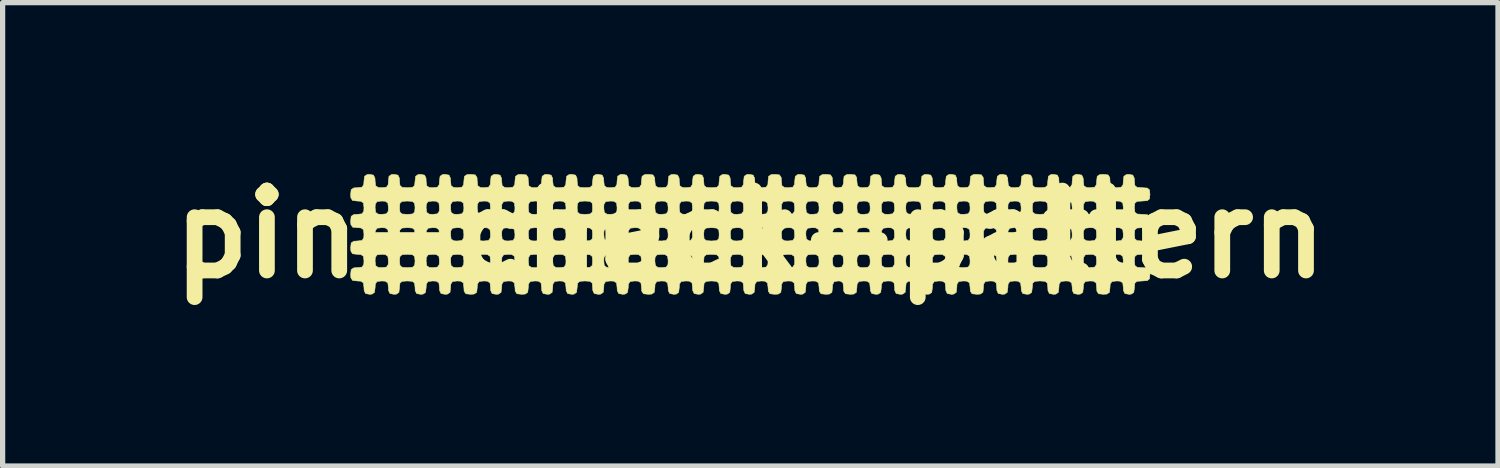
<source format=kicad_pcb>
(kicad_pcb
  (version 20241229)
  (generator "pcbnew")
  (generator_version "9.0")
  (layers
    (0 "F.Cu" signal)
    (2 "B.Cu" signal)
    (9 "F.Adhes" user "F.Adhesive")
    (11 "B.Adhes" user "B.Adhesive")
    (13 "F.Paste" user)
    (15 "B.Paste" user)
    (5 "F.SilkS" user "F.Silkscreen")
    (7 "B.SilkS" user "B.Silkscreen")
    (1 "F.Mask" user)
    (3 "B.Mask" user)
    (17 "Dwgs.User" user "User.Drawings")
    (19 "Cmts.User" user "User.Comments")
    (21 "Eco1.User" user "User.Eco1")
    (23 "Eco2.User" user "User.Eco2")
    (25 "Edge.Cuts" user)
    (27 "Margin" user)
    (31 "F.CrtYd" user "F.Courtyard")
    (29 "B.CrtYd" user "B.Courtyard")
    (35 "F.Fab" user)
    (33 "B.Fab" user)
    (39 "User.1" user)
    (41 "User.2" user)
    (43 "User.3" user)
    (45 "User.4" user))
  (footprint "pin-check-pattern"
    (layer "F.Cu")
    (at 11.256 1.418)
    (property "Reference" "pin-check-pattern" (at 0 0 0) (layer "F.SilkS") (effects (font (size 1.524 1.524) (thickness 0.3))))
    (attr through_hole)
    (fp_poly (pts (xy 7.293 -1.129) (xy 7.321 -1.071) (xy 7.324 -1.016) (xy 7.332 -0.931) (xy 7.374 -0.896) (xy 7.472 -0.889) (xy 7.571 -0.882) (xy 7.612 -0.846) (xy 7.62 -0.762) (xy 7.612 -0.677) (xy 7.57 -0.642) (xy 7.472 -0.635) (xy 7.372 -0.628) (xy 7.331 -0.592) (xy 7.324 -0.508) (xy 7.332 -0.423) (xy 7.374 -0.388) (xy 7.472 -0.381) (xy 7.571 -0.374) (xy 7.612 -0.338) (xy 7.62 -0.254) (xy 7.612 -0.169) (xy 7.57 -0.134) (xy 7.472 -0.127) (xy 7.372 -0.12) (xy 7.331 -0.084) (xy 7.324 0) (xy 7.332 0.085) (xy 7.374 0.12) (xy 7.472 0.127) (xy 7.571 0.134) (xy 7.612 0.17) (xy 7.62 0.254) (xy 7.612 0.339) (xy 7.57 0.374) (xy 7.472 0.381) (xy 7.372 0.388) (xy 7.331 0.424) (xy 7.324 0.508) (xy 7.332 0.593) (xy 7.374 0.628) (xy 7.472 0.635) (xy 7.571 0.642) (xy 7.612 0.678) (xy 7.62 0.762) (xy 7.612 0.847) (xy 7.57 0.882) (xy 7.472 0.889) (xy 7.372 0.896) (xy 7.331 0.932) (xy 7.324 1.016) (xy 7.312 1.107) (xy 7.264 1.14) (xy 7.218 1.143) (xy 7.142 1.129) (xy 7.115 1.071) (xy 7.112 1.016) (xy 7.102 0.926) (xy 7.052 0.893) (xy 6.985 0.889) (xy 6.895 0.899) (xy 6.862 0.949) (xy 6.858 1.016) (xy 6.848 1.106) (xy 6.798 1.139) (xy 6.731 1.143) (xy 6.641 1.133) (xy 6.608 1.083) (xy 6.604 1.016) (xy 6.594 0.926) (xy 6.544 0.893) (xy 6.477 0.889) (xy 6.387 0.899) (xy 6.354 0.949) (xy 6.35 1.016) (xy 6.339 1.107) (xy 6.29 1.14) (xy 6.244 1.143) (xy 6.169 1.129) (xy 6.141 1.071) (xy 6.138 1.016) (xy 6.128 0.926) (xy 6.078 0.893) (xy 6.011 0.889) (xy 5.921 0.899) (xy 5.888 0.949) (xy 5.884 1.016) (xy 5.873 1.107) (xy 5.825 1.14) (xy 5.779 1.143) (xy 5.703 1.129) (xy 5.675 1.071) (xy 5.673 1.016) (xy 5.664 0.931) (xy 5.623 0.896) (xy 5.524 0.889) (xy 5.425 0.896) (xy 5.384 0.932) (xy 5.376 1.016) (xy 5.365 1.107) (xy 5.317 1.14) (xy 5.271 1.143) (xy 5.195 1.129) (xy 5.167 1.071) (xy 5.165 1.016) (xy 5.154 0.926) (xy 5.105 0.893) (xy 5.038 0.889) (xy 4.948 0.899) (xy 4.915 0.949) (xy 4.911 1.016) (xy 4.899 1.107) (xy 4.851 1.14) (xy 4.805 1.143) (xy 4.729 1.129) (xy 4.702 1.071) (xy 4.699 1.016) (xy 4.689 0.926) (xy 4.639 0.893) (xy 4.572 0.889) (xy 4.482 0.899) (xy 4.449 0.949) (xy 4.445 1.016) (xy 4.435 1.106) (xy 4.385 1.139) (xy 4.318 1.143) (xy 4.228 1.133) (xy 4.195 1.083) (xy 4.191 1.016) (xy 4.181 0.926) (xy 4.131 0.893) (xy 4.064 0.889) (xy 3.974 0.899) (xy 3.941 0.949) (xy 3.937 1.016) (xy 3.926 1.107) (xy 3.877 1.14) (xy 3.831 1.143) (xy 3.756 1.129) (xy 3.728 1.071) (xy 3.725 1.016) (xy 3.715 0.926) (xy 3.665 0.893) (xy 3.598 0.889) (xy 3.508 0.899) (xy 3.475 0.949) (xy 3.471 1.016) (xy 3.46 1.107) (xy 3.412 1.14) (xy 3.365 1.143) (xy 3.29 1.129) (xy 3.262 1.071) (xy 3.26 1.016) (xy 3.251 0.931) (xy 3.21 0.896) (xy 3.111 0.889) (xy 3.012 0.896) (xy 2.971 0.932) (xy 2.963 1.016) (xy 2.952 1.107) (xy 2.904 1.14) (xy 2.857 1.143) (xy 2.782 1.129) (xy 2.754 1.071) (xy 2.752 1.016) (xy 2.741 0.926) (xy 2.692 0.893) (xy 2.625 0.889) (xy 2.535 0.899) (xy 2.502 0.949) (xy 2.498 1.016) (xy 2.486 1.107) (xy 2.438 1.14) (xy 2.392 1.143) (xy 2.316 1.129) (xy 2.289 1.071) (xy 2.286 1.016) (xy 2.276 0.926) (xy 2.226 0.893) (xy 2.159 0.889) (xy 2.069 0.899) (xy 2.036 0.949) (xy 2.032 1.016) (xy 2.022 1.106) (xy 1.972 1.139) (xy 1.905 1.143) (xy 1.815 1.133) (xy 1.782 1.083) (xy 1.778 1.016) (xy 1.767 0.925) (xy 1.718 0.892) (xy 1.672 0.889) (xy 1.597 0.903) (xy 1.569 0.961) (xy 1.566 1.016) (xy 1.556 1.106) (xy 1.506 1.139) (xy 1.439 1.143) (xy 1.349 1.133) (xy 1.316 1.083) (xy 1.312 1.016) (xy 1.302 0.926) (xy 1.252 0.893) (xy 1.185 0.889) (xy 1.095 0.899) (xy 1.062 0.949) (xy 1.058 1.016) (xy 1.047 1.107) (xy 0.999 1.14) (xy 0.953 1.143) (xy 0.877 1.129) (xy 0.849 1.071) (xy 0.847 1.016) (xy 0.836 0.926) (xy 0.787 0.893) (xy 0.72 0.889) (xy 0.63 0.899) (xy 0.597 0.949) (xy 0.593 1.016) (xy 0.582 1.106) (xy 0.533 1.139) (xy 0.466 1.143) (xy 0.376 1.133) (xy 0.343 1.083) (xy 0.339 1.016) (xy 0.328 0.926) (xy 0.279 0.893) (xy 0.212 0.889) (xy 0.122 0.899) (xy 0.089 0.949) (xy 0.085 1.016) (xy 0.073 1.107) (xy 0.025 1.14) (xy -0.021 1.143) (xy -0.097 1.129) (xy -0.124 1.071) (xy -0.127 1.016) (xy -0.137 0.926) (xy -0.187 0.893) (xy -0.254 0.889) (xy -0.344 0.899) (xy -0.377 0.949) (xy -0.381 1.016) (xy -0.392 1.107) (xy -0.441 1.14) (xy -0.487 1.143) (xy -0.562 1.129) (xy -0.59 1.071) (xy -0.593 1.016) (xy -0.601 0.931) (xy -0.643 0.896) (xy -0.741 0.889) (xy -0.84 0.896) (xy -0.881 0.932) (xy -0.889 1.016) (xy -0.9 1.107) (xy -0.949 1.14) (xy -0.995 1.143) (xy -1.07 1.129) (xy -1.098 1.071) (xy -1.101 1.016) (xy -1.111 0.926) (xy -1.161 0.893) (xy -1.228 0.889) (xy -1.318 0.899) (xy -1.351 0.949) (xy -1.355 1.016) (xy -1.366 1.107) (xy -1.414 1.14) (xy -1.46 1.143) (xy -1.536 1.129) (xy -1.564 1.071) (xy -1.566 1.016) (xy -1.577 0.926) (xy -1.626 0.893) (xy -1.693 0.889) (xy -1.783 0.899) (xy -1.816 0.949) (xy -1.82 1.016) (xy -1.831 1.106) (xy -1.88 1.139) (xy -1.947 1.143) (xy -2.037 1.133) (xy -2.07 1.083) (xy -2.074 1.016) (xy -2.085 0.926) (xy -2.134 0.893) (xy -2.201 0.889) (xy -2.291 0.899) (xy -2.324 0.949) (xy -2.328 1.016) (xy -2.34 1.107) (xy -2.388 1.14) (xy -2.434 1.143) (xy -2.51 1.129) (xy -2.537 1.071) (xy -2.54 1.016) (xy -2.55 0.926) (xy -2.6 0.893) (xy -2.667 0.889) (xy -2.757 0.899) (xy -2.79 0.949) (xy -2.794 1.016) (xy -2.805 1.107) (xy -2.854 1.14) (xy -2.9 1.143) (xy -2.975 1.129) (xy -3.003 1.071) (xy -3.006 1.016) (xy -3.014 0.931) (xy -3.056 0.896) (xy -3.154 0.889) (xy -3.253 0.896) (xy -3.294 0.932) (xy -3.302 1.016) (xy -3.313 1.107) (xy -3.362 1.14) (xy -3.408 1.143) (xy -3.483 1.129) (xy -3.511 1.071) (xy -3.514 1.016) (xy -3.524 0.926) (xy -3.574 0.893) (xy -3.641 0.889) (xy -3.731 0.899) (xy -3.764 0.949) (xy -3.768 1.016) (xy -3.779 1.107) (xy -3.827 1.14) (xy -3.873 1.143) (xy -3.949 1.129) (xy -3.977 1.071) (xy -3.979 1.016) (xy -3.99 0.926) (xy -4.039 0.893) (xy -4.106 0.889) (xy -4.196 0.899) (xy -4.229 0.949) (xy -4.233 1.016) (xy -4.244 1.106) (xy -4.293 1.139) (xy -4.36 1.143) (xy -4.45 1.133) (xy -4.483 1.083) (xy -4.487 1.016) (xy -4.498 0.926) (xy -4.547 0.893) (xy -4.614 0.889) (xy -4.704 0.899) (xy -4.737 0.949) (xy -4.741 1.016) (xy -4.753 1.107) (xy -4.801 1.14) (xy -4.847 1.143) (xy -4.923 1.129) (xy -4.95 1.071) (xy -4.953 1.016) (xy -4.963 0.926) (xy -5.013 0.893) (xy -5.08 0.889) (xy -5.17 0.899) (xy -5.203 0.949) (xy -5.207 1.016) (xy -5.217 1.106) (xy -5.267 1.139) (xy -5.334 1.143) (xy -5.424 1.133) (xy -5.457 1.083) (xy -5.461 1.016) (xy -5.471 0.926) (xy -5.521 0.893) (xy -5.588 0.889) (xy -5.678 0.899) (xy -5.711 0.949) (xy -5.715 1.016) (xy -5.726 1.107) (xy -5.775 1.14) (xy -5.821 1.143) (xy -5.896 1.129) (xy -5.924 1.071) (xy -5.927 1.016) (xy -5.937 0.926) (xy -5.987 0.893) (xy -6.054 0.889) (xy -6.144 0.899) (xy -6.177 0.949) (xy -6.181 1.016) (xy -6.192 1.107) (xy -6.24 1.14) (xy -6.287 1.143) (xy -6.362 1.129) (xy -6.39 1.071) (xy -6.392 1.016) (xy -6.401 0.931) (xy -6.442 0.896) (xy -6.54 0.889) (xy -6.64 0.896) (xy -6.681 0.932) (xy -6.689 1.016) (xy -6.7 1.107) (xy -6.748 1.14) (xy -6.795 1.143) (xy -6.87 1.129) (xy -6.898 1.071) (xy -6.9 1.016) (xy -6.911 0.926) (xy -6.96 0.893) (xy -7.027 0.889) (xy -7.117 0.899) (xy -7.15 0.949) (xy -7.154 1.016) (xy -7.166 1.107) (xy -7.214 1.14) (xy -7.26 1.143) (xy -7.336 1.129) (xy -7.363 1.071) (xy -7.366 1.016) (xy -7.376 0.926) (xy -7.426 0.893) (xy -7.493 0.889) (xy -7.583 0.879) (xy -7.616 0.829) (xy -7.62 0.762) (xy -7.61 0.672) (xy -7.56 0.639) (xy -7.493 0.635) (xy -7.403 0.625) (xy -7.37 0.575) (xy -7.366 0.508) (xy -7.154 0.508) (xy -7.144 0.598) (xy -7.094 0.631) (xy -7.027 0.635) (xy -6.937 0.625) (xy -6.904 0.575) (xy -6.9 0.508) (xy -6.689 0.508) (xy -6.68 0.593) (xy -6.639 0.628) (xy -6.54 0.635) (xy -6.441 0.628) (xy -6.4 0.592) (xy -6.392 0.508) (xy -6.181 0.508) (xy -6.17 0.598) (xy -6.121 0.631) (xy -6.054 0.635) (xy -5.964 0.625) (xy -5.931 0.575) (xy -5.927 0.508) (xy -5.715 0.508) (xy -5.705 0.598) (xy -5.655 0.631) (xy -5.588 0.635) (xy -5.498 0.625) (xy -5.465 0.575) (xy -5.461 0.508) (xy -5.207 0.508) (xy -5.197 0.598) (xy -5.147 0.631) (xy -5.08 0.635) (xy -4.99 0.625) (xy -4.957 0.575) (xy -4.953 0.508) (xy -4.741 0.508) (xy -4.731 0.598) (xy -4.681 0.631) (xy -4.614 0.635) (xy -4.524 0.625) (xy -4.491 0.575) (xy -4.487 0.508) (xy -4.233 0.508) (xy -4.223 0.598) (xy -4.173 0.631) (xy -4.106 0.635) (xy -4.016 0.625) (xy -3.983 0.575) (xy -3.979 0.508) (xy -3.768 0.508) (xy -3.757 0.598) (xy -3.708 0.631) (xy -3.641 0.635) (xy -3.551 0.625) (xy -3.518 0.575) (xy -3.514 0.508) (xy -3.302 0.508) (xy -3.294 0.593) (xy -3.252 0.628) (xy -3.154 0.635) (xy -3.054 0.628) (xy -3.013 0.592) (xy -3.006 0.508) (xy -2.794 0.508) (xy -2.784 0.598) (xy -2.734 0.631) (xy -2.667 0.635) (xy -2.577 0.625) (xy -2.544 0.575) (xy -2.54 0.508) (xy -2.328 0.508) (xy -2.318 0.598) (xy -2.268 0.631) (xy -2.201 0.635) (xy -2.111 0.625) (xy -2.078 0.575) (xy -2.074 0.508) (xy -1.82 0.508) (xy -1.81 0.598) (xy -1.76 0.631) (xy -1.693 0.635) (xy -1.603 0.625) (xy -1.57 0.575) (xy -1.566 0.508) (xy -1.355 0.508) (xy -1.344 0.598) (xy -1.295 0.631) (xy -1.228 0.635) (xy -1.138 0.625) (xy -1.105 0.575) (xy -1.101 0.508) (xy -0.889 0.508) (xy -0.881 0.593) (xy -0.839 0.628) (xy -0.741 0.635) (xy -0.641 0.628) (xy -0.6 0.592) (xy -0.593 0.508) (xy -0.381 0.508) (xy -0.371 0.598) (xy -0.321 0.631) (xy -0.254 0.635) (xy -0.164 0.625) (xy -0.131 0.575) (xy -0.127 0.508) (xy 0.085 0.508) (xy 0.095 0.598) (xy 0.145 0.631) (xy 0.212 0.635) (xy 0.302 0.625) (xy 0.335 0.575) (xy 0.339 0.508) (xy 0.593 0.508) (xy 0.603 0.598) (xy 0.653 0.631) (xy 0.72 0.635) (xy 0.81 0.625) (xy 0.843 0.575) (xy 0.847 0.508) (xy 1.058 0.508) (xy 1.069 0.598) (xy 1.118 0.631) (xy 1.185 0.635) (xy 1.275 0.625) (xy 1.308 0.575) (xy 1.312 0.508) (xy 1.566 0.508) (xy 1.578 0.599) (xy 1.626 0.632) (xy 1.672 0.635) (xy 1.748 0.621) (xy 1.775 0.563) (xy 1.778 0.508) (xy 2.032 0.508) (xy 2.042 0.598) (xy 2.092 0.631) (xy 2.159 0.635) (xy 2.249 0.625) (xy 2.282 0.575) (xy 2.286 0.508) (xy 2.498 0.508) (xy 2.508 0.598) (xy 2.558 0.631) (xy 2.625 0.635) (xy 2.715 0.625) (xy 2.748 0.575) (xy 2.752 0.508) (xy 2.963 0.508) (xy 2.972 0.593) (xy 3.013 0.628) (xy 3.111 0.635) (xy 3.211 0.628) (xy 3.252 0.592) (xy 3.26 0.508) (xy 3.471 0.508) (xy 3.482 0.598) (xy 3.531 0.631) (xy 3.598 0.635) (xy 3.688 0.625) (xy 3.721 0.575) (xy 3.725 0.508) (xy 3.937 0.508) (xy 3.947 0.598) (xy 3.997 0.631) (xy 4.064 0.635) (xy 4.154 0.625) (xy 4.187 0.575) (xy 4.191 0.508) (xy 4.445 0.508) (xy 4.455 0.598) (xy 4.505 0.631) (xy 4.572 0.635) (xy 4.662 0.625) (xy 4.695 0.575) (xy 4.699 0.508) (xy 4.911 0.508) (xy 4.921 0.598) (xy 4.971 0.631) (xy 5.038 0.635) (xy 5.128 0.625) (xy 5.161 0.575) (xy 5.165 0.508) (xy 5.376 0.508) (xy 5.385 0.593) (xy 5.426 0.628) (xy 5.524 0.635) (xy 5.624 0.628) (xy 5.665 0.592) (xy 5.673 0.508) (xy 5.884 0.508) (xy 5.895 0.598) (xy 5.944 0.631) (xy 6.011 0.635) (xy 6.101 0.625) (xy 6.134 0.575) (xy 6.138 0.508) (xy 6.35 0.508) (xy 6.36 0.598) (xy 6.41 0.631) (xy 6.477 0.635) (xy 6.567 0.625) (xy 6.6 0.575) (xy 6.604 0.508) (xy 6.858 0.508) (xy 6.868 0.598) (xy 6.918 0.631) (xy 6.985 0.635) (xy 7.075 0.625) (xy 7.108 0.575) (xy 7.112 0.508) (xy 7.102 0.418) (xy 7.052 0.385) (xy 6.985 0.381) (xy 6.895 0.391) (xy 6.862 0.441) (xy 6.858 0.508) (xy 6.604 0.508) (xy 6.594 0.418) (xy 6.544 0.385) (xy 6.477 0.381) (xy 6.387 0.391) (xy 6.354 0.441) (xy 6.35 0.508) (xy 6.138 0.508) (xy 6.128 0.418) (xy 6.078 0.385) (xy 6.011 0.381) (xy 5.921 0.391) (xy 5.888 0.441) (xy 5.884 0.508) (xy 5.673 0.508) (xy 5.664 0.423) (xy 5.623 0.388) (xy 5.524 0.381) (xy 5.425 0.388) (xy 5.384 0.424) (xy 5.376 0.508) (xy 5.165 0.508) (xy 5.154 0.418) (xy 5.105 0.385) (xy 5.038 0.381) (xy 4.948 0.391) (xy 4.915 0.441) (xy 4.911 0.508) (xy 4.699 0.508) (xy 4.689 0.418) (xy 4.639 0.385) (xy 4.572 0.381) (xy 4.482 0.391) (xy 4.449 0.441) (xy 4.445 0.508) (xy 4.191 0.508) (xy 4.181 0.418) (xy 4.131 0.385) (xy 4.064 0.381) (xy 3.974 0.391) (xy 3.941 0.441) (xy 3.937 0.508) (xy 3.725 0.508) (xy 3.715 0.418) (xy 3.665 0.385) (xy 3.598 0.381) (xy 3.508 0.391) (xy 3.475 0.441) (xy 3.471 0.508) (xy 3.26 0.508) (xy 3.251 0.423) (xy 3.21 0.388) (xy 3.111 0.381) (xy 3.012 0.388) (xy 2.971 0.424) (xy 2.963 0.508) (xy 2.752 0.508) (xy 2.741 0.418) (xy 2.692 0.385) (xy 2.625 0.381) (xy 2.535 0.391) (xy 2.502 0.441) (xy 2.498 0.508) (xy 2.286 0.508) (xy 2.276 0.418) (xy 2.226 0.385) (xy 2.159 0.381) (xy 2.069 0.391) (xy 2.036 0.441) (xy 2.032 0.508) (xy 1.778 0.508) (xy 1.767 0.417) (xy 1.718 0.384) (xy 1.672 0.381) (xy 1.597 0.395) (xy 1.569 0.453) (xy 1.566 0.508) (xy 1.312 0.508) (xy 1.302 0.418) (xy 1.252 0.385) (xy 1.185 0.381) (xy 1.095 0.391) (xy 1.062 0.441) (xy 1.058 0.508) (xy 0.847 0.508) (xy 0.836 0.418) (xy 0.787 0.385) (xy 0.72 0.381) (xy 0.63 0.391) (xy 0.597 0.441) (xy 0.593 0.508) (xy 0.339 0.508) (xy 0.328 0.418) (xy 0.279 0.385) (xy 0.212 0.381) (xy 0.122 0.391) (xy 0.089 0.441) (xy 0.085 0.508) (xy -0.127 0.508) (xy -0.137 0.418) (xy -0.187 0.385) (xy -0.254 0.381) (xy -0.344 0.391) (xy -0.377 0.441) (xy -0.381 0.508) (xy -0.593 0.508) (xy -0.601 0.423) (xy -0.643 0.388) (xy -0.741 0.381) (xy -0.84 0.388) (xy -0.881 0.424) (xy -0.889 0.508) (xy -1.101 0.508) (xy -1.111 0.418) (xy -1.161 0.385) (xy -1.228 0.381) (xy -1.318 0.391) (xy -1.351 0.441) (xy -1.355 0.508) (xy -1.566 0.508) (xy -1.577 0.418) (xy -1.626 0.385) (xy -1.693 0.381) (xy -1.783 0.391) (xy -1.816 0.441) (xy -1.82 0.508) (xy -2.074 0.508) (xy -2.085 0.418) (xy -2.134 0.385) (xy -2.201 0.381) (xy -2.291 0.391) (xy -2.324 0.441) (xy -2.328 0.508) (xy -2.54 0.508) (xy -2.55 0.418) (xy -2.6 0.385) (xy -2.667 0.381) (xy -2.757 0.391) (xy -2.79 0.441) (xy -2.794 0.508) (xy -3.006 0.508) (xy -3.014 0.423) (xy -3.056 0.388) (xy -3.154 0.381) (xy -3.253 0.388) (xy -3.294 0.424) (xy -3.302 0.508) (xy -3.514 0.508) (xy -3.524 0.418) (xy -3.574 0.385) (xy -3.641 0.381) (xy -3.731 0.391) (xy -3.764 0.441) (xy -3.768 0.508) (xy -3.979 0.508) (xy -3.99 0.418) (xy -4.039 0.385) (xy -4.106 0.381) (xy -4.196 0.391) (xy -4.229 0.441) (xy -4.233 0.508) (xy -4.487 0.508) (xy -4.498 0.418) (xy -4.547 0.385) (xy -4.614 0.381) (xy -4.704 0.391) (xy -4.737 0.441) (xy -4.741 0.508) (xy -4.953 0.508) (xy -4.963 0.418) (xy -5.013 0.385) (xy -5.08 0.381) (xy -5.17 0.391) (xy -5.203 0.441) (xy -5.207 0.508) (xy -5.461 0.508) (xy -5.471 0.418) (xy -5.521 0.385) (xy -5.588 0.381) (xy -5.678 0.391) (xy -5.711 0.441) (xy -5.715 0.508) (xy -5.927 0.508) (xy -5.937 0.418) (xy -5.987 0.385) (xy -6.054 0.381) (xy -6.144 0.391) (xy -6.177 0.441) (xy -6.181 0.508) (xy -6.392 0.508) (xy -6.401 0.423) (xy -6.442 0.388) (xy -6.54 0.381) (xy -6.64 0.388) (xy -6.681 0.424) (xy -6.689 0.508) (xy -6.9 0.508) (xy -6.911 0.418) (xy -6.96 0.385) (xy -7.027 0.381) (xy -7.117 0.391) (xy -7.15 0.441) (xy -7.154 0.508) (xy -7.366 0.508) (xy -7.376 0.418) (xy -7.426 0.385) (xy -7.493 0.381) (xy -7.583 0.371) (xy -7.616 0.321) (xy -7.62 0.254) (xy -7.61 0.164) (xy -7.56 0.131) (xy -7.493 0.127) (xy -7.403 0.117) (xy -7.37 0.067) (xy -7.366 0) (xy -7.154 0) (xy -7.144 0.09) (xy -7.094 0.123) (xy -7.027 0.127) (xy -6.937 0.117) (xy -6.904 0.067) (xy -6.9 0) (xy -6.689 0) (xy -6.68 0.085) (xy -6.639 0.12) (xy -6.54 0.127) (xy -6.441 0.12) (xy -6.4 0.084) (xy -6.392 0) (xy -6.181 0) (xy -6.17 0.09) (xy -6.121 0.123) (xy -6.054 0.127) (xy -5.964 0.117) (xy -5.931 0.067) (xy -5.927 0) (xy -5.715 0) (xy -5.705 0.09) (xy -5.655 0.123) (xy -5.588 0.127) (xy -5.498 0.117) (xy -5.465 0.067) (xy -5.461 0) (xy -5.207 0) (xy -5.197 0.09) (xy -5.147 0.123) (xy -5.08 0.127) (xy -4.99 0.117) (xy -4.957 0.067) (xy -4.953 0) (xy -4.741 0) (xy -4.731 0.09) (xy -4.681 0.123) (xy -4.614 0.127) (xy -4.524 0.117) (xy -4.491 0.067) (xy -4.487 0) (xy -4.233 0) (xy -4.223 0.09) (xy -4.173 0.123) (xy -4.106 0.127) (xy -4.016 0.117) (xy -3.983 0.067) (xy -3.979 0) (xy -3.768 0) (xy -3.757 0.09) (xy -3.708 0.123) (xy -3.641 0.127) (xy -3.551 0.117) (xy -3.518 0.067) (xy -3.514 0) (xy -3.302 0) (xy -3.294 0.085) (xy -3.252 0.12) (xy -3.154 0.127) (xy -3.054 0.12) (xy -3.013 0.084) (xy -3.006 0) (xy -2.794 0) (xy -2.784 0.09) (xy -2.734 0.123) (xy -2.667 0.127) (xy -2.577 0.117) (xy -2.544 0.067) (xy -2.54 0) (xy -2.328 0) (xy -2.318 0.09) (xy -2.268 0.123) (xy -2.201 0.127) (xy -2.111 0.117) (xy -2.078 0.067) (xy -2.074 0) (xy -1.82 0) (xy -1.81 0.09) (xy -1.76 0.123) (xy -1.693 0.127) (xy -1.603 0.117) (xy -1.57 0.067) (xy -1.566 0) (xy -1.355 0) (xy -1.344 0.09) (xy -1.295 0.123) (xy -1.228 0.127) (xy -1.138 0.117) (xy -1.105 0.067) (xy -1.101 0) (xy -0.889 0) (xy -0.881 0.085) (xy -0.839 0.12) (xy -0.741 0.127) (xy -0.641 0.12) (xy -0.6 0.084) (xy -0.593 0) (xy -0.381 0) (xy -0.371 0.09) (xy -0.321 0.123) (xy -0.254 0.127) (xy -0.164 0.117) (xy -0.131 0.067) (xy -0.127 0) (xy 0.085 0) (xy 0.095 0.09) (xy 0.145 0.123) (xy 0.212 0.127) (xy 0.302 0.117) (xy 0.335 0.067) (xy 0.339 0) (xy 0.593 0) (xy 0.603 0.09) (xy 0.653 0.123) (xy 0.72 0.127) (xy 0.81 0.117) (xy 0.843 0.067) (xy 0.847 0) (xy 1.058 0) (xy 1.069 0.09) (xy 1.118 0.123) (xy 1.185 0.127) (xy 1.275 0.117) (xy 1.308 0.067) (xy 1.312 0) (xy 1.566 0) (xy 1.578 0.091) (xy 1.626 0.124) (xy 1.672 0.127) (xy 1.748 0.113) (xy 1.775 0.055) (xy 1.778 0) (xy 2.032 0) (xy 2.042 0.09) (xy 2.092 0.123) (xy 2.159 0.127) (xy 2.249 0.117) (xy 2.282 0.067) (xy 2.286 0) (xy 2.498 0) (xy 2.508 0.09) (xy 2.558 0.123) (xy 2.625 0.127) (xy 2.715 0.117) (xy 2.748 0.067) (xy 2.752 0) (xy 2.963 0) (xy 2.972 0.085) (xy 3.013 0.12) (xy 3.111 0.127) (xy 3.211 0.12) (xy 3.252 0.084) (xy 3.26 0) (xy 3.471 0) (xy 3.482 0.09) (xy 3.531 0.123) (xy 3.598 0.127) (xy 3.688 0.117) (xy 3.721 0.067) (xy 3.725 0) (xy 3.937 0) (xy 3.947 0.09) (xy 3.997 0.123) (xy 4.064 0.127) (xy 4.154 0.117) (xy 4.187 0.067) (xy 4.191 0) (xy 4.445 0) (xy 4.455 0.09) (xy 4.505 0.123) (xy 4.572 0.127) (xy 4.662 0.117) (xy 4.695 0.067) (xy 4.699 0) (xy 4.911 0) (xy 4.921 0.09) (xy 4.971 0.123) (xy 5.038 0.127) (xy 5.128 0.117) (xy 5.161 0.067) (xy 5.165 0) (xy 5.376 0) (xy 5.385 0.085) (xy 5.426 0.12) (xy 5.524 0.127) (xy 5.624 0.12) (xy 5.665 0.084) (xy 5.673 0) (xy 5.884 0) (xy 5.895 0.09) (xy 5.944 0.123) (xy 6.011 0.127) (xy 6.101 0.117) (xy 6.134 0.067) (xy 6.138 0) (xy 6.35 0) (xy 6.36 0.09) (xy 6.41 0.123) (xy 6.477 0.127) (xy 6.567 0.117) (xy 6.6 0.067) (xy 6.604 0) (xy 6.858 0) (xy 6.868 0.09) (xy 6.918 0.123) (xy 6.985 0.127) (xy 7.075 0.117) (xy 7.108 0.067) (xy 7.112 0) (xy 7.102 -0.09) (xy 7.052 -0.123) (xy 6.985 -0.127) (xy 6.895 -0.117) (xy 6.862 -0.067) (xy 6.858 0) (xy 6.604 0) (xy 6.594 -0.09) (xy 6.544 -0.123) (xy 6.477 -0.127) (xy 6.387 -0.117) (xy 6.354 -0.067) (xy 6.35 0) (xy 6.138 0) (xy 6.128 -0.09) (xy 6.078 -0.123) (xy 6.011 -0.127) (xy 5.921 -0.117) (xy 5.888 -0.067) (xy 5.884 0) (xy 5.673 0) (xy 5.664 -0.085) (xy 5.623 -0.12) (xy 5.524 -0.127) (xy 5.425 -0.12) (xy 5.384 -0.084) (xy 5.376 0) (xy 5.165 0) (xy 5.154 -0.09) (xy 5.105 -0.123) (xy 5.038 -0.127) (xy 4.948 -0.117) (xy 4.915 -0.067) (xy 4.911 0) (xy 4.699 0) (xy 4.689 -0.09) (xy 4.639 -0.123) (xy 4.572 -0.127) (xy 4.482 -0.117) (xy 4.449 -0.067) (xy 4.445 0) (xy 4.191 0) (xy 4.181 -0.09) (xy 4.131 -0.123) (xy 4.064 -0.127) (xy 3.974 -0.117) (xy 3.941 -0.067) (xy 3.937 0) (xy 3.725 0) (xy 3.715 -0.09) (xy 3.665 -0.123) (xy 3.598 -0.127) (xy 3.508 -0.117) (xy 3.475 -0.067) (xy 3.471 0) (xy 3.26 0) (xy 3.251 -0.085) (xy 3.21 -0.12) (xy 3.111 -0.127) (xy 3.012 -0.12) (xy 2.971 -0.084) (xy 2.963 0) (xy 2.752 0) (xy 2.741 -0.09) (xy 2.692 -0.123) (xy 2.625 -0.127) (xy 2.535 -0.117) (xy 2.502 -0.067) (xy 2.498 0) (xy 2.286 0) (xy 2.276 -0.09) (xy 2.226 -0.123) (xy 2.159 -0.127) (xy 2.069 -0.117) (xy 2.036 -0.067) (xy 2.032 0) (xy 1.778 0) (xy 1.767 -0.091) (xy 1.718 -0.124) (xy 1.672 -0.127) (xy 1.597 -0.113) (xy 1.569 -0.055) (xy 1.566 0) (xy 1.312 0) (xy 1.302 -0.09) (xy 1.252 -0.123) (xy 1.185 -0.127) (xy 1.095 -0.117) (xy 1.062 -0.067) (xy 1.058 0) (xy 0.847 0) (xy 0.836 -0.09) (xy 0.787 -0.123) (xy 0.72 -0.127) (xy 0.63 -0.117) (xy 0.597 -0.067) (xy 0.593 0) (xy 0.339 0) (xy 0.328 -0.09) (xy 0.279 -0.123) (xy 0.212 -0.127) (xy 0.122 -0.117) (xy 0.089 -0.067) (xy 0.085 0) (xy -0.127 0) (xy -0.137 -0.09) (xy -0.187 -0.123) (xy -0.254 -0.127) (xy -0.344 -0.117) (xy -0.377 -0.067) (xy -0.381 0) (xy -0.593 0) (xy -0.601 -0.085) (xy -0.643 -0.12) (xy -0.741 -0.127) (xy -0.84 -0.12) (xy -0.881 -0.084) (xy -0.889 0) (xy -1.101 0) (xy -1.111 -0.09) (xy -1.161 -0.123) (xy -1.228 -0.127) (xy -1.318 -0.117) (xy -1.351 -0.067) (xy -1.355 0) (xy -1.566 0) (xy -1.577 -0.09) (xy -1.626 -0.123) (xy -1.693 -0.127) (xy -1.783 -0.117) (xy -1.816 -0.067) (xy -1.82 0) (xy -2.074 0) (xy -2.085 -0.09) (xy -2.134 -0.123) (xy -2.201 -0.127) (xy -2.291 -0.117) (xy -2.324 -0.067) (xy -2.328 0) (xy -2.54 0) (xy -2.55 -0.09) (xy -2.6 -0.123) (xy -2.667 -0.127) (xy -2.757 -0.117) (xy -2.79 -0.067) (xy -2.794 0) (xy -3.006 0) (xy -3.014 -0.085) (xy -3.056 -0.12) (xy -3.154 -0.127) (xy -3.253 -0.12) (xy -3.294 -0.084) (xy -3.302 0) (xy -3.514 0) (xy -3.524 -0.09) (xy -3.574 -0.123) (xy -3.641 -0.127) (xy -3.731 -0.117) (xy -3.764 -0.067) (xy -3.768 0) (xy -3.979 0) (xy -3.99 -0.09) (xy -4.039 -0.123) (xy -4.106 -0.127) (xy -4.196 -0.117) (xy -4.229 -0.067) (xy -4.233 0) (xy -4.487 0) (xy -4.498 -0.09) (xy -4.547 -0.123) (xy -4.614 -0.127) (xy -4.704 -0.117) (xy -4.737 -0.067) (xy -4.741 0) (xy -4.953 0) (xy -4.963 -0.09) (xy -5.013 -0.123) (xy -5.08 -0.127) (xy -5.17 -0.117) (xy -5.203 -0.067) (xy -5.207 0) (xy -5.461 0) (xy -5.471 -0.09) (xy -5.521 -0.123) (xy -5.588 -0.127) (xy -5.678 -0.117) (xy -5.711 -0.067) (xy -5.715 0) (xy -5.927 0) (xy -5.937 -0.09) (xy -5.987 -0.123) (xy -6.054 -0.127) (xy -6.144 -0.117) (xy -6.177 -0.067) (xy -6.181 0) (xy -6.392 0) (xy -6.401 -0.085) (xy -6.442 -0.12) (xy -6.54 -0.127) (xy -6.64 -0.12) (xy -6.681 -0.084) (xy -6.689 0) (xy -6.9 0) (xy -6.911 -0.09) (xy -6.96 -0.123) (xy -7.027 -0.127) (xy -7.117 -0.117) (xy -7.15 -0.067) (xy -7.154 0) (xy -7.366 0) (xy -7.376 -0.09) (xy -7.426 -0.123) (xy -7.493 -0.127) (xy -7.583 -0.137) (xy -7.616 -0.187) (xy -7.62 -0.254) (xy -7.61 -0.344) (xy -7.56 -0.377) (xy -7.493 -0.381) (xy -7.403 -0.391) (xy -7.37 -0.441) (xy -7.366 -0.508) (xy -7.154 -0.508) (xy -7.144 -0.418) (xy -7.094 -0.385) (xy -7.027 -0.381) (xy -6.937 -0.391) (xy -6.904 -0.441) (xy -6.9 -0.508) (xy -6.689 -0.508) (xy -6.68 -0.423) (xy -6.639 -0.388) (xy -6.54 -0.381) (xy -6.441 -0.388) (xy -6.4 -0.424) (xy -6.392 -0.508) (xy -6.181 -0.508) (xy -6.17 -0.418) (xy -6.121 -0.385) (xy -6.054 -0.381) (xy -5.964 -0.391) (xy -5.931 -0.441) (xy -5.927 -0.508) (xy -5.715 -0.508) (xy -5.705 -0.418) (xy -5.655 -0.385) (xy -5.588 -0.381) (xy -5.498 -0.391) (xy -5.465 -0.441) (xy -5.461 -0.508) (xy -5.207 -0.508) (xy -5.197 -0.418) (xy -5.147 -0.385) (xy -5.08 -0.381) (xy -4.99 -0.391) (xy -4.957 -0.441) (xy -4.953 -0.508) (xy -4.741 -0.508) (xy -4.731 -0.418) (xy -4.681 -0.385) (xy -4.614 -0.381) (xy -4.524 -0.391) (xy -4.491 -0.441) (xy -4.487 -0.508) (xy -4.233 -0.508) (xy -4.223 -0.418) (xy -4.173 -0.385) (xy -4.106 -0.381) (xy -4.016 -0.391) (xy -3.983 -0.441) (xy -3.979 -0.508) (xy -3.768 -0.508) (xy -3.757 -0.418) (xy -3.708 -0.385) (xy -3.641 -0.381) (xy -3.551 -0.391) (xy -3.518 -0.441) (xy -3.514 -0.508) (xy -3.302 -0.508) (xy -3.294 -0.423) (xy -3.252 -0.388) (xy -3.154 -0.381) (xy -3.054 -0.388) (xy -3.013 -0.424) (xy -3.006 -0.508) (xy -2.794 -0.508) (xy -2.784 -0.418) (xy -2.734 -0.385) (xy -2.667 -0.381) (xy -2.577 -0.391) (xy -2.544 -0.441) (xy -2.54 -0.508) (xy -2.328 -0.508) (xy -2.318 -0.418) (xy -2.268 -0.385) (xy -2.201 -0.381) (xy -2.111 -0.391) (xy -2.078 -0.441) (xy -2.074 -0.508) (xy -1.82 -0.508) (xy -1.81 -0.418) (xy -1.76 -0.385) (xy -1.693 -0.381) (xy -1.603 -0.391) (xy -1.57 -0.441) (xy -1.566 -0.508) (xy -1.355 -0.508) (xy -1.344 -0.418) (xy -1.295 -0.385) (xy -1.228 -0.381) (xy -1.138 -0.391) (xy -1.105 -0.441) (xy -1.101 -0.508) (xy -0.889 -0.508) (xy -0.881 -0.423) (xy -0.839 -0.388) (xy -0.741 -0.381) (xy -0.641 -0.388) (xy -0.6 -0.424) (xy -0.593 -0.508) (xy -0.381 -0.508) (xy -0.371 -0.418) (xy -0.321 -0.385) (xy -0.254 -0.381) (xy -0.164 -0.391) (xy -0.131 -0.441) (xy -0.127 -0.508) (xy 0.085 -0.508) (xy 0.095 -0.418) (xy 0.145 -0.385) (xy 0.212 -0.381) (xy 0.302 -0.391) (xy 0.335 -0.441) (xy 0.339 -0.508) (xy 0.593 -0.508) (xy 0.603 -0.418) (xy 0.653 -0.385) (xy 0.72 -0.381) (xy 0.81 -0.391) (xy 0.843 -0.441) (xy 0.847 -0.508) (xy 1.058 -0.508) (xy 1.069 -0.418) (xy 1.118 -0.385) (xy 1.185 -0.381) (xy 1.275 -0.391) (xy 1.308 -0.441) (xy 1.312 -0.508) (xy 1.566 -0.508) (xy 1.578 -0.417) (xy 1.626 -0.384) (xy 1.672 -0.381) (xy 1.748 -0.395) (xy 1.775 -0.453) (xy 1.778 -0.508) (xy 2.032 -0.508) (xy 2.042 -0.418) (xy 2.092 -0.385) (xy 2.159 -0.381) (xy 2.249 -0.391) (xy 2.282 -0.441) (xy 2.286 -0.508) (xy 2.498 -0.508) (xy 2.508 -0.418) (xy 2.558 -0.385) (xy 2.625 -0.381) (xy 2.715 -0.391) (xy 2.748 -0.441) (xy 2.752 -0.508) (xy 2.963 -0.508) (xy 2.972 -0.423) (xy 3.013 -0.388) (xy 3.111 -0.381) (xy 3.211 -0.388) (xy 3.252 -0.424) (xy 3.26 -0.508) (xy 3.471 -0.508) (xy 3.482 -0.418) (xy 3.531 -0.385) (xy 3.598 -0.381) (xy 3.688 -0.391) (xy 3.721 -0.441) (xy 3.725 -0.508) (xy 3.937 -0.508) (xy 3.947 -0.418) (xy 3.997 -0.385) (xy 4.064 -0.381) (xy 4.154 -0.391) (xy 4.187 -0.441) (xy 4.191 -0.508) (xy 4.445 -0.508) (xy 4.455 -0.418) (xy 4.505 -0.385) (xy 4.572 -0.381) (xy 4.662 -0.391) (xy 4.695 -0.441) (xy 4.699 -0.508) (xy 4.911 -0.508) (xy 4.921 -0.418) (xy 4.971 -0.385) (xy 5.038 -0.381) (xy 5.128 -0.391) (xy 5.161 -0.441) (xy 5.165 -0.508) (xy 5.376 -0.508) (xy 5.385 -0.423) (xy 5.426 -0.388) (xy 5.524 -0.381) (xy 5.624 -0.388) (xy 5.665 -0.424) (xy 5.673 -0.508) (xy 5.884 -0.508) (xy 5.895 -0.418) (xy 5.944 -0.385) (xy 6.011 -0.381) (xy 6.101 -0.391) (xy 6.134 -0.441) (xy 6.138 -0.508) (xy 6.35 -0.508) (xy 6.36 -0.418) (xy 6.41 -0.385) (xy 6.477 -0.381) (xy 6.567 -0.391) (xy 6.6 -0.441) (xy 6.604 -0.508) (xy 6.858 -0.508) (xy 6.868 -0.418) (xy 6.918 -0.385) (xy 6.985 -0.381) (xy 7.075 -0.391) (xy 7.108 -0.441) (xy 7.112 -0.508) (xy 7.102 -0.598) (xy 7.052 -0.631) (xy 6.985 -0.635) (xy 6.895 -0.625) (xy 6.862 -0.575) (xy 6.858 -0.508) (xy 6.604 -0.508) (xy 6.594 -0.598) (xy 6.544 -0.631) (xy 6.477 -0.635) (xy 6.387 -0.625) (xy 6.354 -0.575) (xy 6.35 -0.508) (xy 6.138 -0.508) (xy 6.128 -0.598) (xy 6.078 -0.631) (xy 6.011 -0.635) (xy 5.921 -0.625) (xy 5.888 -0.575) (xy 5.884 -0.508) (xy 5.673 -0.508) (xy 5.664 -0.593) (xy 5.623 -0.628) (xy 5.524 -0.635) (xy 5.425 -0.628) (xy 5.384 -0.592) (xy 5.376 -0.508) (xy 5.165 -0.508) (xy 5.154 -0.598) (xy 5.105 -0.631) (xy 5.038 -0.635) (xy 4.948 -0.625) (xy 4.915 -0.575) (xy 4.911 -0.508) (xy 4.699 -0.508) (xy 4.689 -0.598) (xy 4.639 -0.631) (xy 4.572 -0.635) (xy 4.482 -0.625) (xy 4.449 -0.575) (xy 4.445 -0.508) (xy 4.191 -0.508) (xy 4.181 -0.598) (xy 4.131 -0.631) (xy 4.064 -0.635) (xy 3.974 -0.625) (xy 3.941 -0.575) (xy 3.937 -0.508) (xy 3.725 -0.508) (xy 3.715 -0.598) (xy 3.665 -0.631) (xy 3.598 -0.635) (xy 3.508 -0.625) (xy 3.475 -0.575) (xy 3.471 -0.508) (xy 3.26 -0.508) (xy 3.251 -0.593) (xy 3.21 -0.628) (xy 3.111 -0.635) (xy 3.012 -0.628) (xy 2.971 -0.592) (xy 2.963 -0.508) (xy 2.752 -0.508) (xy 2.741 -0.598) (xy 2.692 -0.631) (xy 2.625 -0.635) (xy 2.535 -0.625) (xy 2.502 -0.575) (xy 2.498 -0.508) (xy 2.286 -0.508) (xy 2.276 -0.598) (xy 2.226 -0.631) (xy 2.159 -0.635) (xy 2.069 -0.625) (xy 2.036 -0.575) (xy 2.032 -0.508) (xy 1.778 -0.508) (xy 1.767 -0.599) (xy 1.718 -0.632) (xy 1.672 -0.635) (xy 1.597 -0.621) (xy 1.569 -0.563) (xy 1.566 -0.508) (xy 1.312 -0.508) (xy 1.302 -0.598) (xy 1.252 -0.631) (xy 1.185 -0.635) (xy 1.095 -0.625) (xy 1.062 -0.575) (xy 1.058 -0.508) (xy 0.847 -0.508) (xy 0.836 -0.598) (xy 0.787 -0.631) (xy 0.72 -0.635) (xy 0.63 -0.625) (xy 0.597 -0.575) (xy 0.593 -0.508) (xy 0.339 -0.508) (xy 0.328 -0.598) (xy 0.279 -0.631) (xy 0.212 -0.635) (xy 0.122 -0.625) (xy 0.089 -0.575) (xy 0.085 -0.508) (xy -0.127 -0.508) (xy -0.137 -0.598) (xy -0.187 -0.631) (xy -0.254 -0.635) (xy -0.344 -0.625) (xy -0.377 -0.575) (xy -0.381 -0.508) (xy -0.593 -0.508) (xy -0.601 -0.593) (xy -0.643 -0.628) (xy -0.741 -0.635) (xy -0.84 -0.628) (xy -0.881 -0.592) (xy -0.889 -0.508) (xy -1.101 -0.508) (xy -1.111 -0.598) (xy -1.161 -0.631) (xy -1.228 -0.635) (xy -1.318 -0.625) (xy -1.351 -0.575) (xy -1.355 -0.508) (xy -1.566 -0.508) (xy -1.577 -0.598) (xy -1.626 -0.631) (xy -1.693 -0.635) (xy -1.783 -0.625) (xy -1.816 -0.575) (xy -1.82 -0.508) (xy -2.074 -0.508) (xy -2.085 -0.598) (xy -2.134 -0.631) (xy -2.201 -0.635) (xy -2.291 -0.625) (xy -2.324 -0.575) (xy -2.328 -0.508) (xy -2.54 -0.508) (xy -2.55 -0.598) (xy -2.6 -0.631) (xy -2.667 -0.635) (xy -2.757 -0.625) (xy -2.79 -0.575) (xy -2.794 -0.508) (xy -3.006 -0.508) (xy -3.014 -0.593) (xy -3.056 -0.628) (xy -3.154 -0.635) (xy -3.253 -0.628) (xy -3.294 -0.592) (xy -3.302 -0.508) (xy -3.514 -0.508) (xy -3.524 -0.598) (xy -3.574 -0.631) (xy -3.641 -0.635) (xy -3.731 -0.625) (xy -3.764 -0.575) (xy -3.768 -0.508) (xy -3.979 -0.508) (xy -3.99 -0.598) (xy -4.039 -0.631) (xy -4.106 -0.635) (xy -4.196 -0.625) (xy -4.229 -0.575) (xy -4.233 -0.508) (xy -4.487 -0.508) (xy -4.498 -0.598) (xy -4.547 -0.631) (xy -4.614 -0.635) (xy -4.704 -0.625) (xy -4.737 -0.575) (xy -4.741 -0.508) (xy -4.953 -0.508) (xy -4.963 -0.598) (xy -5.013 -0.631) (xy -5.08 -0.635) (xy -5.17 -0.625) (xy -5.203 -0.575) (xy -5.207 -0.508) (xy -5.461 -0.508) (xy -5.471 -0.598) (xy -5.521 -0.631) (xy -5.588 -0.635) (xy -5.678 -0.625) (xy -5.711 -0.575) (xy -5.715 -0.508) (xy -5.927 -0.508) (xy -5.937 -0.598) (xy -5.987 -0.631) (xy -6.054 -0.635) (xy -6.144 -0.625) (xy -6.177 -0.575) (xy -6.181 -0.508) (xy -6.392 -0.508) (xy -6.401 -0.593) (xy -6.442 -0.628) (xy -6.54 -0.635) (xy -6.64 -0.628) (xy -6.681 -0.592) (xy -6.689 -0.508) (xy -6.9 -0.508) (xy -6.911 -0.598) (xy -6.96 -0.631) (xy -7.027 -0.635) (xy -7.117 -0.625) (xy -7.15 -0.575) (xy -7.154 -0.508) (xy -7.366 -0.508) (xy -7.376 -0.598) (xy -7.426 -0.631) (xy -7.493 -0.635) (xy -7.583 -0.645) (xy -7.616 -0.695) (xy -7.62 -0.762) (xy -7.61 -0.852) (xy -7.56 -0.885) (xy -7.493 -0.889) (xy -7.403 -0.899) (xy -7.37 -0.949) (xy -7.366 -1.016) (xy -7.355 -1.107) (xy -7.306 -1.14) (xy -7.26 -1.143) (xy -7.185 -1.129) (xy -7.157 -1.071) (xy -7.154 -1.016) (xy -7.144 -0.926) (xy -7.094 -0.893) (xy -7.027 -0.889) (xy -6.937 -0.899) (xy -6.904 -0.949) (xy -6.9 -1.016) (xy -6.889 -1.107) (xy -6.841 -1.14) (xy -6.795 -1.143) (xy -6.719 -1.129) (xy -6.691 -1.071) (xy -6.689 -1.016) (xy -6.68 -0.931) (xy -6.639 -0.896) (xy -6.54 -0.889) (xy -6.441 -0.896) (xy -6.4 -0.932) (xy -6.392 -1.016) (xy -6.381 -1.107) (xy -6.333 -1.14) (xy -6.287 -1.143) (xy -6.211 -1.129) (xy -6.183 -1.071) (xy -6.181 -1.016) (xy -6.17 -0.926) (xy -6.121 -0.893) (xy -6.054 -0.889) (xy -5.964 -0.899) (xy -5.931 -0.949) (xy -5.927 -1.016) (xy -5.915 -1.107) (xy -5.867 -1.14) (xy -5.821 -1.143) (xy -5.745 -1.129) (xy -5.718 -1.071) (xy -5.715 -1.016) (xy -5.705 -0.926) (xy -5.655 -0.893) (xy -5.588 -0.889) (xy -5.498 -0.899) (xy -5.465 -0.949) (xy -5.461 -1.016) (xy -5.451 -1.106) (xy -5.401 -1.139) (xy -5.334 -1.143) (xy -5.244 -1.133) (xy -5.211 -1.083) (xy -5.207 -1.016) (xy -5.197 -0.926) (xy -5.147 -0.893) (xy -5.08 -0.889) (xy -4.99 -0.899) (xy -4.957 -0.949) (xy -4.953 -1.016) (xy -4.942 -1.107) (xy -4.893 -1.14) (xy -4.847 -1.143) (xy -4.772 -1.129) (xy -4.744 -1.071) (xy -4.741 -1.016) (xy -4.731 -0.926) (xy -4.681 -0.893) (xy -4.614 -0.889) (xy -4.524 -0.899) (xy -4.491 -0.949) (xy -4.487 -1.016) (xy -4.477 -1.106) (xy -4.427 -1.139) (xy -4.36 -1.143) (xy -4.27 -1.133) (xy -4.237 -1.083) (xy -4.233 -1.016) (xy -4.223 -0.926) (xy -4.173 -0.893) (xy -4.106 -0.889) (xy -4.016 -0.899) (xy -3.983 -0.949) (xy -3.979 -1.016) (xy -3.968 -1.107) (xy -3.92 -1.14) (xy -3.873 -1.143) (xy -3.798 -1.129) (xy -3.77 -1.071) (xy -3.768 -1.016) (xy -3.757 -0.926) (xy -3.708 -0.893) (xy -3.641 -0.889) (xy -3.551 -0.899) (xy -3.518 -0.949) (xy -3.514 -1.016) (xy -3.502 -1.107) (xy -3.454 -1.14) (xy -3.408 -1.143) (xy -3.332 -1.129) (xy -3.305 -1.071) (xy -3.302 -1.016) (xy -3.294 -0.931) (xy -3.252 -0.896) (xy -3.154 -0.889) (xy -3.054 -0.896) (xy -3.013 -0.932) (xy -3.006 -1.016) (xy -2.994 -1.107) (xy -2.946 -1.14) (xy -2.9 -1.143) (xy -2.824 -1.129) (xy -2.797 -1.071) (xy -2.794 -1.016) (xy -2.784 -0.926) (xy -2.734 -0.893) (xy -2.667 -0.889) (xy -2.577 -0.899) (xy -2.544 -0.949) (xy -2.54 -1.016) (xy -2.529 -1.107) (xy -2.48 -1.14) (xy -2.434 -1.143) (xy -2.359 -1.129) (xy -2.331 -1.071) (xy -2.328 -1.016) (xy -2.318 -0.926) (xy -2.268 -0.893) (xy -2.201 -0.889) (xy -2.111 -0.899) (xy -2.078 -0.949) (xy -2.074 -1.016) (xy -2.064 -1.106) (xy -2.014 -1.139) (xy -1.947 -1.143) (xy -1.857 -1.133) (xy -1.824 -1.083) (xy -1.82 -1.016) (xy -1.81 -0.926) (xy -1.76 -0.893) (xy -1.693 -0.889) (xy -1.603 -0.899) (xy -1.57 -0.949) (xy -1.566 -1.016) (xy -1.555 -1.107) (xy -1.507 -1.14) (xy -1.46 -1.143) (xy -1.385 -1.129) (xy -1.357 -1.071) (xy -1.355 -1.016) (xy -1.344 -0.926) (xy -1.295 -0.893) (xy -1.228 -0.889) (xy -1.138 -0.899) (xy -1.105 -0.949) (xy -1.101 -1.016) (xy -1.089 -1.107) (xy -1.041 -1.14) (xy -0.995 -1.143) (xy -0.919 -1.129) (xy -0.892 -1.071) (xy -0.889 -1.016) (xy -0.881 -0.931) (xy -0.839 -0.896) (xy -0.741 -0.889) (xy -0.641 -0.896) (xy -0.6 -0.932) (xy -0.593 -1.016) (xy -0.581 -1.107) (xy -0.533 -1.14) (xy -0.487 -1.143) (xy -0.411 -1.129) (xy -0.384 -1.071) (xy -0.381 -1.016) (xy -0.371 -0.926) (xy -0.321 -0.893) (xy -0.254 -0.889) (xy -0.164 -0.899) (xy -0.131 -0.949) (xy -0.127 -1.016) (xy -0.116 -1.107) (xy -0.067 -1.14) (xy -0.021 -1.143) (xy 0.054 -1.129) (xy 0.082 -1.071) (xy 0.085 -1.016) (xy 0.095 -0.926) (xy 0.145 -0.893) (xy 0.212 -0.889) (xy 0.302 -0.899) (xy 0.335 -0.949) (xy 0.339 -1.016) (xy 0.349 -1.106) (xy 0.399 -1.139) (xy 0.466 -1.143) (xy 0.556 -1.133) (xy 0.589 -1.083) (xy 0.593 -1.016) (xy 0.603 -0.926) (xy 0.653 -0.893) (xy 0.72 -0.889) (xy 0.81 -0.899) (xy 0.843 -0.949) (xy 0.847 -1.016) (xy 0.858 -1.107) (xy 0.906 -1.14) (xy 0.953 -1.143) (xy 1.028 -1.129) (xy 1.056 -1.071) (xy 1.058 -1.016) (xy 1.069 -0.926) (xy 1.118 -0.893) (xy 1.185 -0.889) (xy 1.275 -0.899) (xy 1.308 -0.949) (xy 1.312 -1.016) (xy 1.323 -1.106) (xy 1.372 -1.139) (xy 1.439 -1.143) (xy 1.529 -1.133) (xy 1.562 -1.083) (xy 1.566 -1.016) (xy 1.578 -0.925) (xy 1.626 -0.892) (xy 1.672 -0.889) (xy 1.748 -0.903) (xy 1.775 -0.961) (xy 1.778 -1.016) (xy 1.788 -1.106) (xy 1.838 -1.139) (xy 1.905 -1.143) (xy 1.995 -1.133) (xy 2.028 -1.083) (xy 2.032 -1.016) (xy 2.042 -0.926) (xy 2.092 -0.893) (xy 2.159 -0.889) (xy 2.249 -0.899) (xy 2.282 -0.949) (xy 2.286 -1.016) (xy 2.297 -1.107) (xy 2.346 -1.14) (xy 2.392 -1.143) (xy 2.467 -1.129) (xy 2.495 -1.071) (xy 2.498 -1.016) (xy 2.508 -0.926) (xy 2.558 -0.893) (xy 2.625 -0.889) (xy 2.715 -0.899) (xy 2.748 -0.949) (xy 2.752 -1.016) (xy 2.763 -1.107) (xy 2.811 -1.14) (xy 2.857 -1.143) (xy 2.933 -1.129) (xy 2.961 -1.071) (xy 2.963 -1.016) (xy 2.972 -0.931) (xy 3.013 -0.896) (xy 3.111 -0.889) (xy 3.211 -0.896) (xy 3.252 -0.932) (xy 3.26 -1.016) (xy 3.271 -1.107) (xy 3.319 -1.14) (xy 3.365 -1.143) (xy 3.441 -1.129) (xy 3.469 -1.071) (xy 3.471 -1.016) (xy 3.482 -0.926) (xy 3.531 -0.893) (xy 3.598 -0.889) (xy 3.688 -0.899) (xy 3.721 -0.949) (xy 3.725 -1.016) (xy 3.737 -1.107) (xy 3.785 -1.14) (xy 3.831 -1.143) (xy 3.907 -1.129) (xy 3.934 -1.071) (xy 3.937 -1.016) (xy 3.947 -0.926) (xy 3.997 -0.893) (xy 4.064 -0.889) (xy 4.154 -0.899) (xy 4.187 -0.949) (xy 4.191 -1.016) (xy 4.201 -1.106) (xy 4.251 -1.139) (xy 4.318 -1.143) (xy 4.408 -1.133) (xy 4.441 -1.083) (xy 4.445 -1.016) (xy 4.455 -0.926) (xy 4.505 -0.893) (xy 4.572 -0.889) (xy 4.662 -0.899) (xy 4.695 -0.949) (xy 4.699 -1.016) (xy 4.71 -1.107) (xy 4.759 -1.14) (xy 4.805 -1.143) (xy 4.88 -1.129) (xy 4.908 -1.071) (xy 4.911 -1.016) (xy 4.921 -0.926) (xy 4.971 -0.893) (xy 5.038 -0.889) (xy 5.128 -0.899) (xy 5.161 -0.949) (xy 5.165 -1.016) (xy 5.176 -1.107) (xy 5.224 -1.14) (xy 5.271 -1.143) (xy 5.346 -1.129) (xy 5.374 -1.071) (xy 5.376 -1.016) (xy 5.385 -0.931) (xy 5.426 -0.896) (xy 5.524 -0.889) (xy 5.624 -0.896) (xy 5.665 -0.932) (xy 5.673 -1.016) (xy 5.684 -1.107) (xy 5.732 -1.14) (xy 5.779 -1.143) (xy 5.854 -1.129) (xy 5.882 -1.071) (xy 5.884 -1.016) (xy 5.895 -0.926) (xy 5.944 -0.893) (xy 6.011 -0.889) (xy 6.101 -0.899) (xy 6.134 -0.949) (xy 6.138 -1.016) (xy 6.15 -1.107) (xy 6.198 -1.14) (xy 6.244 -1.143) (xy 6.32 -1.129) (xy 6.347 -1.071) (xy 6.35 -1.016) (xy 6.36 -0.926) (xy 6.41 -0.893) (xy 6.477 -0.889) (xy 6.567 -0.899) (xy 6.6 -0.949) (xy 6.604 -1.016) (xy 6.614 -1.106) (xy 6.664 -1.139) (xy 6.731 -1.143) (xy 6.821 -1.133) (xy 6.854 -1.083) (xy 6.858 -1.016) (xy 6.868 -0.926) (xy 6.918 -0.893) (xy 6.985 -0.889) (xy 7.075 -0.899) (xy 7.108 -0.949) (xy 7.112 -1.016) (xy 7.123 -1.107) (xy 7.172 -1.14) (xy 7.218 -1.143) (xy 7.293 -1.129)) (stroke (width 0.01) (type solid)) (fill yes) (layer "F.SilkS")))
  (gr_rect
    (start -3 -3)
    (end 25.512 5.836)
    (stroke (width 0.1) (type default))
    (fill no)
    (layer "Edge.Cuts")))
</source>
